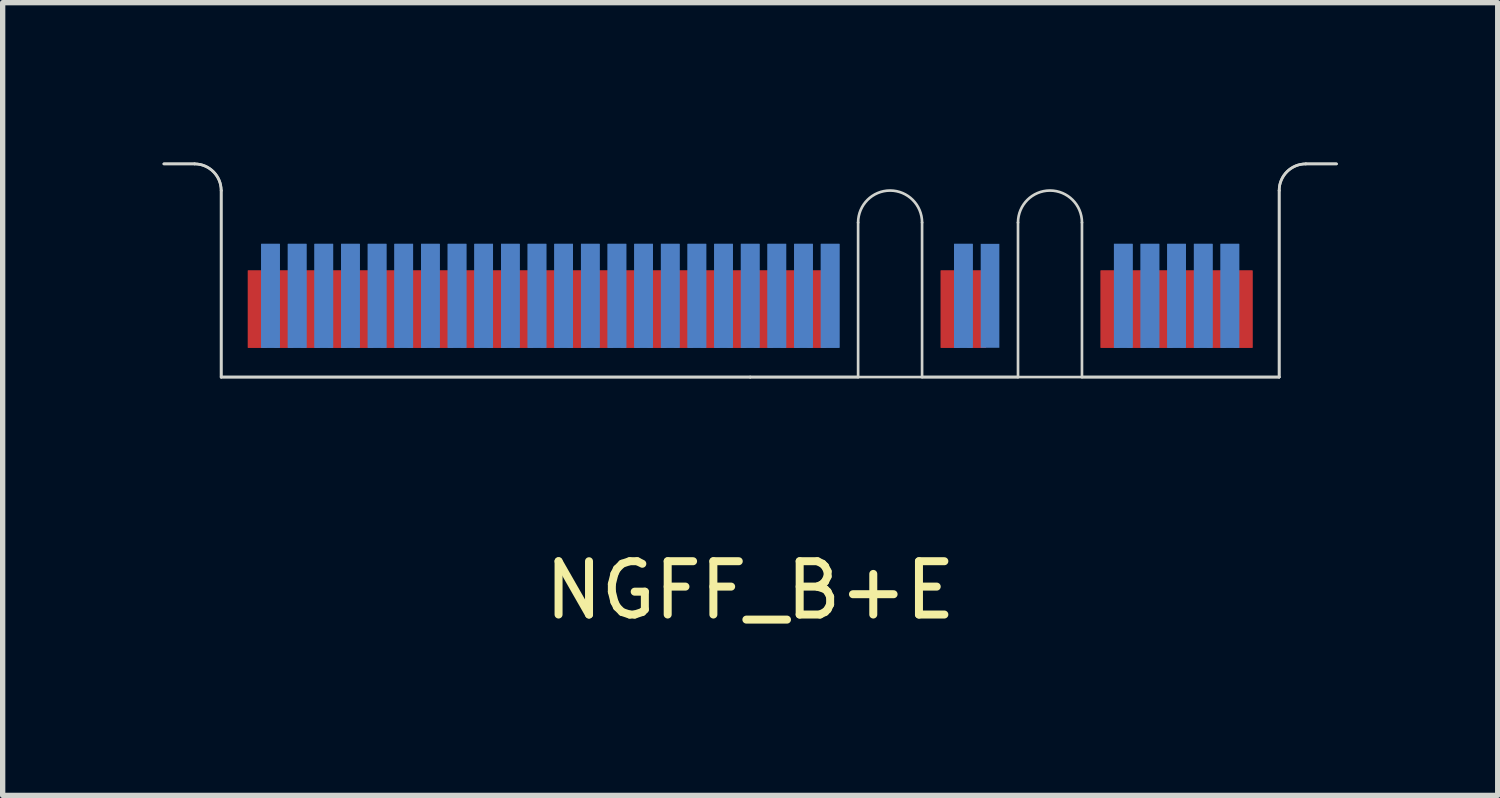
<source format=kicad_pcb>
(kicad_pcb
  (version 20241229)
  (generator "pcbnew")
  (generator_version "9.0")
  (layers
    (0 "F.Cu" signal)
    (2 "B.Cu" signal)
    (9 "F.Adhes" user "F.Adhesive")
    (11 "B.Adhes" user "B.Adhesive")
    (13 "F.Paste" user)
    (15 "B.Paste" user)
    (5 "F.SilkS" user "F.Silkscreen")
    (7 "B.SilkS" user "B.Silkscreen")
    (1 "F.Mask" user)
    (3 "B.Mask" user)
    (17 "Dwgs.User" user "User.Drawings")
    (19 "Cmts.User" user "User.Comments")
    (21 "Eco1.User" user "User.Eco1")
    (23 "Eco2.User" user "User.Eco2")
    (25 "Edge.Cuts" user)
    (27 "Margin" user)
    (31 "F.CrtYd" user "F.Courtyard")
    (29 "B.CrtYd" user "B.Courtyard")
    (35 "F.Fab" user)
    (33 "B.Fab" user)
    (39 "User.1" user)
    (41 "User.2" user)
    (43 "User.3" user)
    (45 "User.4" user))
  (footprint "NGFF_B+E"
    (layer "F.Cu")
    (at 11.025 4.025)
    (property "Reference" "NGFF_B+E" (at 0 4 0) (layer "F.SilkS") (effects (font (size 1 1) (thickness 0.15))))
    (attr through_hole)
    (fp_poly (pts (xy -9.925 0) (xy 2.025 0) (xy 2.025 -2) (xy -9.925 -2)) (stroke (width 0.1) (type solid)) (fill yes) (layer "F.Mask"))
    (fp_poly (pts (xy -9.925 0) (xy 2.025 0) (xy 2.025 -2) (xy -9.925 -2)) (stroke (width 0.1) (type solid)) (fill yes) (layer "F.Mask"))
    (fp_poly (pts (xy 3.225 0) (xy 5.025 0) (xy 5.025 -2) (xy 3.225 -2)) (stroke (width 0.1) (type solid)) (fill yes) (layer "F.Mask"))
    (fp_poly (pts (xy 6.225 0) (xy 9.925 0) (xy 9.925 -2) (xy 6.225 -2)) (stroke (width 0.1) (type solid)) (fill yes) (layer "F.Mask"))
    (fp_poly (pts (xy -9.925 0) (xy 2.025 0) (xy 2.025 -2.5) (xy -9.925 -2.5)) (stroke (width 0.1) (type solid)) (fill yes) (layer "B.Mask"))
    (fp_poly (pts (xy -9.925 0) (xy 2.025 0) (xy 2.025 -2.5) (xy -9.925 -2.5)) (stroke (width 0.1) (type solid)) (fill yes) (layer "B.Mask"))
    (fp_poly (pts (xy 3.225 0) (xy 5.025 0) (xy 5.025 -2.5) (xy 3.225 -2.5)) (stroke (width 0.1) (type solid)) (fill yes) (layer "B.Mask"))
    (fp_poly (pts (xy 6.225 0) (xy 9.925 0) (xy 9.925 -2.5) (xy 6.225 -2.5)) (stroke (width 0.1) (type solid)) (fill yes) (layer "B.Mask"))
    (fp_line (start -11 -4) (end -10.425 -4) (stroke (width 0.05) (type solid)) (layer "Edge.Cuts"))
    (fp_line (start -11 -4) (end -10.425 -4) (stroke (width 0.05) (type solid)) (layer "Edge.Cuts"))
    (fp_line (start -9.925 -3.5) (end -9.925 0) (stroke (width 0.05) (type solid)) (layer "Edge.Cuts"))
    (fp_line (start -9.925 -3.5) (end -9.925 0) (stroke (width 0.05) (type solid)) (layer "Edge.Cuts"))
    (fp_line (start -9.925 0) (end 0 0) (stroke (width 0.05) (type solid)) (layer "Edge.Cuts"))
    (fp_line (start -9.925 0) (end 0 0) (stroke (width 0.05) (type solid)) (layer "Edge.Cuts"))
    (fp_line (start 0 0) (end 2.025 0) (stroke (width 0.05) (type solid)) (layer "Edge.Cuts"))
    (fp_line (start 0 0) (end 5.025 0) (stroke (width 0.05) (type solid)) (layer "Edge.Cuts"))
    (fp_line (start 2.025 0) (end 2.025 -2.9) (stroke (width 0.05) (type solid)) (layer "Edge.Cuts"))
    (fp_line (start 3.225 -2.9) (end 3.225 0) (stroke (width 0.05) (type solid)) (layer "Edge.Cuts"))
    (fp_line (start 3.225 0) (end 9.925 0) (stroke (width 0.05) (type solid)) (layer "Edge.Cuts"))
    (fp_line (start 5.025 0) (end 5.025 -2.9) (stroke (width 0.05) (type solid)) (layer "Edge.Cuts"))
    (fp_line (start 6.225 -2.9) (end 6.225 0) (stroke (width 0.05) (type solid)) (layer "Edge.Cuts"))
    (fp_line (start 6.225 0) (end 9.925 0) (stroke (width 0.05) (type solid)) (layer "Edge.Cuts"))
    (fp_line (start 9.925 0) (end 9.925 -3.5) (stroke (width 0.05) (type solid)) (layer "Edge.Cuts"))
    (fp_line (start 9.925 0) (end 9.925 -3.5) (stroke (width 0.05) (type solid)) (layer "Edge.Cuts"))
    (fp_line (start 10.425 -4) (end 11 -4) (stroke (width 0.05) (type solid)) (layer "Edge.Cuts"))
    (fp_line (start 10.425 -4) (end 11 -4) (stroke (width 0.05) (type solid)) (layer "Edge.Cuts"))
    (fp_arc (start -10.425 -4) (mid -10.071447 -3.853553) (end -9.925 -3.5) (stroke (width 0.05) (type solid)) (layer "Edge.Cuts"))
    (fp_arc (start -10.425 -4) (mid -10.071447 -3.853553) (end -9.925 -3.5) (stroke (width 0.05) (type solid)) (layer "Edge.Cuts"))
    (fp_arc (start 2.025 -2.9) (mid 2.625 -3.5) (end 3.225 -2.9) (stroke (width 0.05) (type solid)) (layer "Edge.Cuts"))
    (fp_arc (start 5.025 -2.9) (mid 5.625 -3.5) (end 6.225 -2.9) (stroke (width 0.05) (type solid)) (layer "Edge.Cuts"))
    (fp_arc (start 9.925 -3.5) (mid 10.071447 -3.853553) (end 10.425 -4) (stroke (width 0.05) (type solid)) (layer "Edge.Cuts"))
    (fp_arc (start 9.925 -3.5) (mid 10.071447 -3.853553) (end 10.425 -4) (stroke (width 0.05) (type solid)) (layer "Edge.Cuts"))
    (pad "1" smd rect (at 9.25 -1.275) (size 0.35 1.45) (layers "F.Cu"))
    (pad "1" smd rect (at 9.25 -1.275) (size 0.35 1.45) (layers "F.Cu"))
    (pad "2" smd rect (at 9 -1.525) (size 0.35 1.95) (layers "B.Cu"))
    (pad "2" smd rect (at 9 -1.525) (size 0.35 1.95) (layers "B.Cu"))
    (pad "3" smd rect (at 8.75 -1.275) (size 0.35 1.45) (layers "F.Cu"))
    (pad "3" smd rect (at 8.75 -1.275) (size 0.35 1.45) (layers "F.Cu"))
    (pad "4" smd rect (at 8.5 -1.525) (size 0.35 1.95) (layers "B.Cu"))
    (pad "4" smd rect (at 8.5 -1.525) (size 0.35 1.95) (layers "B.Cu"))
    (pad "5" smd rect (at 8.25 -1.275) (size 0.35 1.45) (layers "F.Cu"))
    (pad "5" smd rect (at 8.25 -1.275) (size 0.35 1.45) (layers "F.Cu"))
    (pad "6" smd rect (at 8 -1.525) (size 0.35 1.95) (layers "B.Cu"))
    (pad "6" smd rect (at 8 -1.525) (size 0.35 1.95) (layers "B.Cu"))
    (pad "7" smd rect (at 7.75 -1.275) (size 0.35 1.45) (layers "F.Cu"))
    (pad "7" smd rect (at 7.75 -1.275) (size 0.35 1.45) (layers "F.Cu"))
    (pad "8" smd rect (at 7.5 -1.525) (size 0.35 1.95) (layers "B.Cu"))
    (pad "8" smd rect (at 7.5 -1.525) (size 0.35 1.95) (layers "B.Cu"))
    (pad "9" smd rect (at 7.25 -1.275) (size 0.35 1.45) (layers "F.Cu"))
    (pad "9" smd rect (at 7.25 -1.275) (size 0.35 1.45) (layers "F.Cu"))
    (pad "10" smd rect (at 7 -1.525) (size 0.35 1.95) (layers "B.Cu"))
    (pad "10" smd rect (at 7 -1.525) (size 0.35 1.95) (layers "B.Cu"))
    (pad "11" smd rect (at 6.75 -1.275) (size 0.35 1.45) (layers "F.Cu"))
    (pad "11" smd rect (at 6.75 -1.275) (size 0.35 1.45) (layers "F.Cu"))
    (pad "20" smd rect (at 4.5 -1.525) (size 0.35 1.95) (layers "B.Cu"))
    (pad "21" smd rect (at 4.25 -1.275) (size 0.35 1.45) (layers "F.Cu"))
    (pad "21" smd rect (at 4.25 -1.275) (size 0.35 1.45) (layers "F.Cu"))
    (pad "22" smd rect (at 4 -1.525) (size 0.35 1.95) (layers "B.Cu"))
    (pad "22" smd rect (at 4 -1.525) (size 0.35 1.95) (layers "B.Cu"))
    (pad "23" smd rect (at 3.75 -1.275) (size 0.35 1.45) (layers "F.Cu"))
    (pad "23" smd rect (at 3.75 -1.275) (size 0.35 1.45) (layers "F.Cu"))
    (pad "32" smd rect (at 1.5 -1.525) (size 0.35 1.95) (layers "B.Cu"))
    (pad "32" smd rect (at 1.5 -1.525) (size 0.35 1.95) (layers "B.Cu"))
    (pad "33" smd rect (at 1.25 -1.275) (size 0.35 1.45) (layers "F.Cu"))
    (pad "33" smd rect (at 1.25 -1.275) (size 0.35 1.45) (layers "F.Cu"))
    (pad "34" smd rect (at 1 -1.525) (size 0.35 1.95) (layers "B.Cu"))
    (pad "34" smd rect (at 1 -1.525) (size 0.35 1.95) (layers "B.Cu"))
    (pad "35" smd rect (at 0.75 -1.275) (size 0.35 1.45) (layers "F.Cu"))
    (pad "35" smd rect (at 0.75 -1.275) (size 0.35 1.45) (layers "F.Cu"))
    (pad "36" smd rect (at 0.5 -1.525) (size 0.35 1.95) (layers "B.Cu"))
    (pad "36" smd rect (at 0.5 -1.525) (size 0.35 1.95) (layers "B.Cu"))
    (pad "37" smd rect (at 0.25 -1.275) (size 0.35 1.45) (layers "F.Cu"))
    (pad "37" smd rect (at 0.25 -1.275) (size 0.35 1.45) (layers "F.Cu"))
    (pad "38" smd rect (at 0 -1.525) (size 0.35 1.95) (layers "B.Cu"))
    (pad "38" smd rect (at 0 -1.525) (size 0.35 1.95) (layers "B.Cu"))
    (pad "39" smd rect (at -0.25 -1.275) (size 0.35 1.45) (layers "F.Cu"))
    (pad "39" smd rect (at -0.25 -1.275) (size 0.35 1.45) (layers "F.Cu"))
    (pad "40" smd rect (at -0.5 -1.525) (size 0.35 1.95) (layers "B.Cu"))
    (pad "40" smd rect (at -0.5 -1.525) (size 0.35 1.95) (layers "B.Cu"))
    (pad "41" smd rect (at -0.75 -1.275) (size 0.35 1.45) (layers "F.Cu"))
    (pad "41" smd rect (at -0.75 -1.275) (size 0.35 1.45) (layers "F.Cu"))
    (pad "42" smd rect (at -1 -1.525) (size 0.35 1.95) (layers "B.Cu"))
    (pad "42" smd rect (at -1 -1.525) (size 0.35 1.95) (layers "B.Cu"))
    (pad "43" smd rect (at -1.25 -1.275) (size 0.35 1.45) (layers "F.Cu"))
    (pad "43" smd rect (at -1.25 -1.275) (size 0.35 1.45) (layers "F.Cu"))
    (pad "44" smd rect (at -1.5 -1.525) (size 0.35 1.95) (layers "B.Cu"))
    (pad "44" smd rect (at -1.5 -1.525) (size 0.35 1.95) (layers "B.Cu"))
    (pad "45" smd rect (at -1.75 -1.275) (size 0.35 1.45) (layers "F.Cu"))
    (pad "45" smd rect (at -1.75 -1.275) (size 0.35 1.45) (layers "F.Cu"))
    (pad "46" smd rect (at -2 -1.525) (size 0.35 1.95) (layers "B.Cu"))
    (pad "46" smd rect (at -2 -1.525) (size 0.35 1.95) (layers "B.Cu"))
    (pad "47" smd rect (at -2.25 -1.275) (size 0.35 1.45) (layers "F.Cu"))
    (pad "47" smd rect (at -2.25 -1.275) (size 0.35 1.45) (layers "F.Cu"))
    (pad "48" smd rect (at -2.5 -1.525) (size 0.35 1.95) (layers "B.Cu"))
    (pad "48" smd rect (at -2.5 -1.525) (size 0.35 1.95) (layers "B.Cu"))
    (pad "49" smd rect (at -2.75 -1.275) (size 0.35 1.45) (layers "F.Cu"))
    (pad "49" smd rect (at -2.75 -1.275) (size 0.35 1.45) (layers "F.Cu"))
    (pad "50" smd rect (at -3 -1.525) (size 0.35 1.95) (layers "B.Cu"))
    (pad "50" smd rect (at -3 -1.525) (size 0.35 1.95) (layers "B.Cu"))
    (pad "51" smd rect (at -3.25 -1.275) (size 0.35 1.45) (layers "F.Cu"))
    (pad "51" smd rect (at -3.25 -1.275) (size 0.35 1.45) (layers "F.Cu"))
    (pad "52" smd rect (at -3.5 -1.525) (size 0.35 1.95) (layers "B.Cu"))
    (pad "52" smd rect (at -3.5 -1.525) (size 0.35 1.95) (layers "B.Cu"))
    (pad "53" smd rect (at -3.75 -1.275) (size 0.35 1.45) (layers "F.Cu"))
    (pad "53" smd rect (at -3.75 -1.275) (size 0.35 1.45) (layers "F.Cu"))
    (pad "54" smd rect (at -4 -1.525) (size 0.35 1.95) (layers "B.Cu"))
    (pad "54" smd rect (at -4 -1.525) (size 0.35 1.95) (layers "B.Cu"))
    (pad "55" smd rect (at -4.25 -1.275) (size 0.35 1.45) (layers "F.Cu"))
    (pad "55" smd rect (at -4.25 -1.275) (size 0.35 1.45) (layers "F.Cu"))
    (pad "56" smd rect (at -4.5 -1.525) (size 0.35 1.95) (layers "B.Cu"))
    (pad "56" smd rect (at -4.5 -1.525) (size 0.35 1.95) (layers "B.Cu"))
    (pad "57" smd rect (at -4.75 -1.275) (size 0.35 1.45) (layers "F.Cu"))
    (pad "57" smd rect (at -4.75 -1.275) (size 0.35 1.45) (layers "F.Cu"))
    (pad "58" smd rect (at -5 -1.525) (size 0.35 1.95) (layers "B.Cu"))
    (pad "58" smd rect (at -5 -1.525) (size 0.35 1.95) (layers "B.Cu"))
    (pad "59" smd rect (at -5.25 -1.275) (size 0.35 1.45) (layers "F.Cu"))
    (pad "59" smd rect (at -5.25 -1.275) (size 0.35 1.45) (layers "F.Cu"))
    (pad "60" smd rect (at -5.5 -1.525) (size 0.35 1.95) (layers "B.Cu"))
    (pad "60" smd rect (at -5.5 -1.525) (size 0.35 1.95) (layers "B.Cu"))
    (pad "61" smd rect (at -5.75 -1.275) (size 0.35 1.45) (layers "F.Cu"))
    (pad "61" smd rect (at -5.75 -1.275) (size 0.35 1.45) (layers "F.Cu"))
    (pad "62" smd rect (at -6 -1.525) (size 0.35 1.95) (layers "B.Cu"))
    (pad "62" smd rect (at -6 -1.525) (size 0.35 1.95) (layers "B.Cu"))
    (pad "63" smd rect (at -6.25 -1.275) (size 0.35 1.45) (layers "F.Cu"))
    (pad "63" smd rect (at -6.25 -1.275) (size 0.35 1.45) (layers "F.Cu"))
    (pad "64" smd rect (at -6.5 -1.525) (size 0.35 1.95) (layers "B.Cu"))
    (pad "64" smd rect (at -6.5 -1.525) (size 0.35 1.95) (layers "B.Cu"))
    (pad "65" smd rect (at -6.75 -1.275) (size 0.35 1.45) (layers "F.Cu"))
    (pad "65" smd rect (at -6.75 -1.275) (size 0.35 1.45) (layers "F.Cu"))
    (pad "66" smd rect (at -7 -1.525) (size 0.35 1.95) (layers "B.Cu"))
    (pad "66" smd rect (at -7 -1.525) (size 0.35 1.95) (layers "B.Cu"))
    (pad "67" smd rect (at -7.25 -1.275) (size 0.35 1.45) (layers "F.Cu"))
    (pad "67" smd rect (at -7.25 -1.275) (size 0.35 1.45) (layers "F.Cu"))
    (pad "68" smd rect (at -7.5 -1.525) (size 0.35 1.95) (layers "B.Cu"))
    (pad "68" smd rect (at -7.5 -1.525) (size 0.35 1.95) (layers "B.Cu"))
    (pad "69" smd rect (at -7.75 -1.275) (size 0.35 1.45) (layers "F.Cu"))
    (pad "69" smd rect (at -7.75 -1.275) (size 0.35 1.45) (layers "F.Cu"))
    (pad "70" smd rect (at -8 -1.525) (size 0.35 1.95) (layers "B.Cu"))
    (pad "70" smd rect (at -8 -1.525) (size 0.35 1.95) (layers "B.Cu"))
    (pad "71" smd rect (at -8.25 -1.275) (size 0.35 1.45) (layers "F.Cu"))
    (pad "71" smd rect (at -8.25 -1.275) (size 0.35 1.45) (layers "F.Cu"))
    (pad "72" smd rect (at -8.5 -1.525) (size 0.35 1.95) (layers "B.Cu"))
    (pad "72" smd rect (at -8.5 -1.525) (size 0.35 1.95) (layers "B.Cu"))
    (pad "73" smd rect (at -8.75 -1.275) (size 0.35 1.45) (layers "F.Cu"))
    (pad "73" smd rect (at -8.75 -1.275) (size 0.35 1.45) (layers "F.Cu"))
    (pad "74" smd rect (at -9 -1.525) (size 0.35 1.95) (layers "B.Cu"))
    (pad "74" smd rect (at -9 -1.525) (size 0.35 1.95) (layers "B.Cu"))
    (pad "75" smd rect (at -9.25 -1.275) (size 0.35 1.45) (layers "F.Cu"))
    (pad "75" smd rect (at -9.25 -1.275) (size 0.35 1.45) (layers "F.Cu")))
  (gr_rect
    (start -3 -3)
    (end 25.05 11.873)
    (stroke (width 0.1) (type default))
    (fill no)
    (layer "Edge.Cuts")))
</source>
